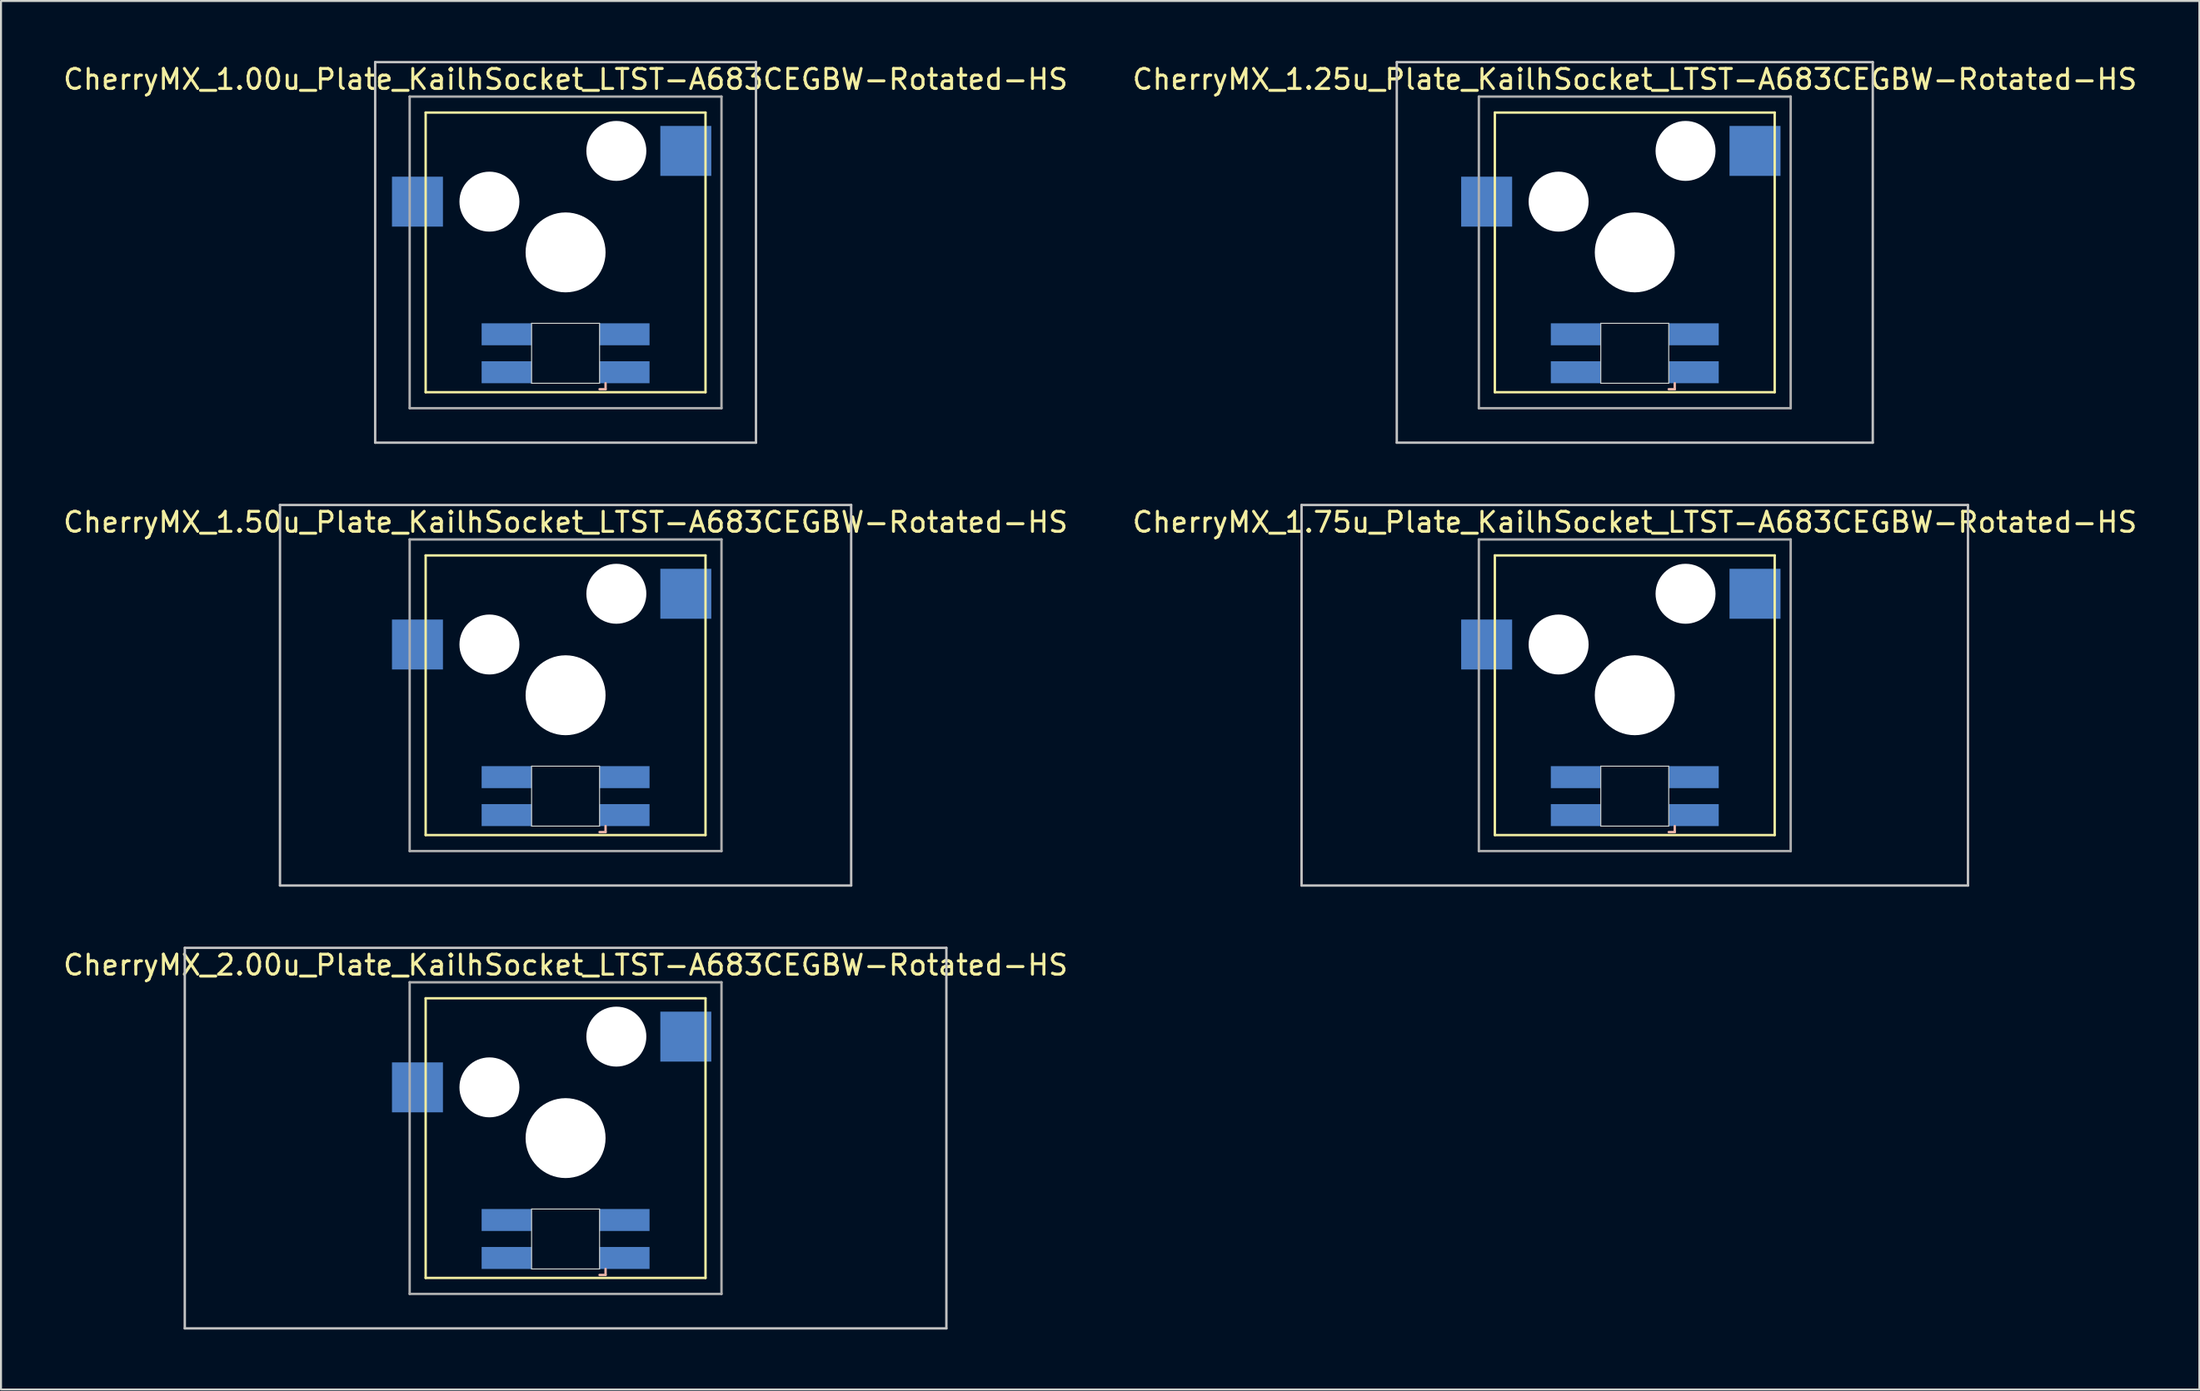
<source format=kicad_pcb>
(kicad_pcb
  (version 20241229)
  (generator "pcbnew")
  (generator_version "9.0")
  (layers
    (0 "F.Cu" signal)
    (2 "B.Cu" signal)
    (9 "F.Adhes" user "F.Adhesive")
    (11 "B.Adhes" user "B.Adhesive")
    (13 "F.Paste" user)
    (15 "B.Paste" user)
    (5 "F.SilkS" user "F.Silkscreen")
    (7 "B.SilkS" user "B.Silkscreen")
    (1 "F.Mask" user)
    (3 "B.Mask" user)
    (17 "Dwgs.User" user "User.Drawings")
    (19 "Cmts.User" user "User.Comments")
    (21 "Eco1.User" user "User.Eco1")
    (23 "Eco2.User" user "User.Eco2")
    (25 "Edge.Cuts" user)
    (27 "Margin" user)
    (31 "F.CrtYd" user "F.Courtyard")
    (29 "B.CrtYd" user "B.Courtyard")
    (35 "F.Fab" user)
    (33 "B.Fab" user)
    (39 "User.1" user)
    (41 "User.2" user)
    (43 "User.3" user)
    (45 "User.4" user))
  (footprint "CherryMX_1.75u_Plate_KailhSocket_LTST-A683CEGBW-Rotated-HS"
    (layer "F.Cu")
    (at 78.732 31.755)
    (property "Reference" "CherryMX_1.75u_Plate_KailhSocket_LTST-A683CEGBW-Rotated-HS" (at 0 -8.662 0) (layer "F.SilkS") (effects (font (size 1 1) (thickness 0.15))))
    (attr through_hole)
    (fp_line (start -7 -7) (end -7 7) (stroke (width 0.12) (type solid)) (layer "F.SilkS"))
    (fp_line (start -7 -7) (end 7 -7) (stroke (width 0.12) (type solid)) (layer "F.SilkS"))
    (fp_line (start 7 -7) (end 7 7) (stroke (width 0.12) (type solid)) (layer "F.SilkS"))
    (fp_line (start 7 7) (end -7 7) (stroke (width 0.12) (type solid)) (layer "F.SilkS"))
    (fp_line (start 1.7 6.85) (end 2 6.85) (stroke (width 0.12) (type solid)) (layer "B.SilkS"))
    (fp_line (start 2 6.85) (end 2 6.55) (stroke (width 0.12) (type solid)) (layer "B.SilkS"))
    (fp_line (start -16.669 -9.525) (end 16.669 -9.525) (stroke (width 0.12) (type solid)) (layer "Dwgs.User"))
    (fp_line (start -16.669 9.525) (end -16.669 -9.525) (stroke (width 0.12) (type solid)) (layer "Dwgs.User"))
    (fp_line (start 16.669 -9.525) (end 16.669 9.525) (stroke (width 0.12) (type solid)) (layer "Dwgs.User"))
    (fp_line (start 16.669 9.525) (end -16.669 9.525) (stroke (width 0.12) (type solid)) (layer "Dwgs.User"))
    (fp_line (start -1.7 3.55) (end 1.7 3.55) (stroke (width 0.05) (type solid)) (layer "Edge.Cuts"))
    (fp_line (start -1.7 6.55) (end -1.7 3.55) (stroke (width 0.05) (type solid)) (layer "Edge.Cuts"))
    (fp_line (start 1.7 3.55) (end 1.7 6.55) (stroke (width 0.05) (type solid)) (layer "Edge.Cuts"))
    (fp_line (start 1.7 6.55) (end -1.7 6.55) (stroke (width 0.05) (type solid)) (layer "Edge.Cuts"))
    (fp_line (start -7.8 -7.8) (end -7.8 7.8) (stroke (width 0.12) (type solid)) (layer "F.Fab"))
    (fp_line (start -7.8 -7.8) (end 7.8 -7.8) (stroke (width 0.12) (type solid)) (layer "F.Fab"))
    (fp_line (start -7.8 7.8) (end 7.8 7.8) (stroke (width 0.12) (type solid)) (layer "F.Fab"))
    (fp_line (start 7.8 -7.8) (end 7.8 7.8) (stroke (width 0.12) (type solid)) (layer "F.Fab"))
    (pad "" np_thru_hole circle (at -3.81 -2.54) (size 3 3) (drill 3) (layers "*.Cu" "*.Mask"))
    (pad "" np_thru_hole circle (at 0 0) (size 4 4) (drill 4) (layers "*.Cu" "*.Mask"))
    (pad "" np_thru_hole circle (at 2.54 -5.08) (size 3 3) (drill 3) (layers "*.Cu" "*.Mask"))
    (pad "1" smd rect (at -7.41 -2.54) (size 2.55 2.5) (layers "B.Cu" "B.Mask" "B.Paste"))
    (pad "2" smd rect (at 6.015 -5.08) (size 2.55 2.5) (layers "B.Cu" "B.Mask" "B.Paste"))
    (pad "3" smd rect (at 2.95 6) (size 2.5 1.1) (layers "B.Cu" "B.Mask" "B.Paste"))
    (pad "4" smd rect (at 2.95 4.1) (size 2.5 1.1) (layers "B.Cu" "B.Mask" "B.Paste"))
    (pad "5" smd rect (at -2.95 6) (size 2.5 1.1) (layers "B.Cu" "B.Mask" "B.Paste"))
    (pad "6" smd rect (at -2.95 4.1) (size 2.5 1.1) (layers "B.Cu" "B.Mask" "B.Paste")))
  (footprint "CherryMX_1.25u_Plate_KailhSocket_LTST-A683CEGBW-Rotated-HS"
    (layer "F.Cu")
    (at 78.732 9.585)
    (property "Reference" "CherryMX_1.25u_Plate_KailhSocket_LTST-A683CEGBW-Rotated-HS" (at 0 -8.662 0) (layer "F.SilkS") (effects (font (size 1 1) (thickness 0.15))))
    (attr through_hole)
    (fp_line (start -7 -7) (end -7 7) (stroke (width 0.12) (type solid)) (layer "F.SilkS"))
    (fp_line (start -7 -7) (end 7 -7) (stroke (width 0.12) (type solid)) (layer "F.SilkS"))
    (fp_line (start 7 -7) (end 7 7) (stroke (width 0.12) (type solid)) (layer "F.SilkS"))
    (fp_line (start 7 7) (end -7 7) (stroke (width 0.12) (type solid)) (layer "F.SilkS"))
    (fp_line (start 1.7 6.85) (end 2 6.85) (stroke (width 0.12) (type solid)) (layer "B.SilkS"))
    (fp_line (start 2 6.85) (end 2 6.55) (stroke (width 0.12) (type solid)) (layer "B.SilkS"))
    (fp_line (start -11.906 -9.525) (end 11.906 -9.525) (stroke (width 0.12) (type solid)) (layer "Dwgs.User"))
    (fp_line (start -11.906 9.525) (end -11.906 -9.525) (stroke (width 0.12) (type solid)) (layer "Dwgs.User"))
    (fp_line (start 11.906 -9.525) (end 11.906 9.525) (stroke (width 0.12) (type solid)) (layer "Dwgs.User"))
    (fp_line (start 11.906 9.525) (end -11.906 9.525) (stroke (width 0.12) (type solid)) (layer "Dwgs.User"))
    (fp_line (start -1.7 3.55) (end 1.7 3.55) (stroke (width 0.05) (type solid)) (layer "Edge.Cuts"))
    (fp_line (start -1.7 6.55) (end -1.7 3.55) (stroke (width 0.05) (type solid)) (layer "Edge.Cuts"))
    (fp_line (start 1.7 3.55) (end 1.7 6.55) (stroke (width 0.05) (type solid)) (layer "Edge.Cuts"))
    (fp_line (start 1.7 6.55) (end -1.7 6.55) (stroke (width 0.05) (type solid)) (layer "Edge.Cuts"))
    (fp_line (start -7.8 -7.8) (end -7.8 7.8) (stroke (width 0.12) (type solid)) (layer "F.Fab"))
    (fp_line (start -7.8 -7.8) (end 7.8 -7.8) (stroke (width 0.12) (type solid)) (layer "F.Fab"))
    (fp_line (start -7.8 7.8) (end 7.8 7.8) (stroke (width 0.12) (type solid)) (layer "F.Fab"))
    (fp_line (start 7.8 -7.8) (end 7.8 7.8) (stroke (width 0.12) (type solid)) (layer "F.Fab"))
    (pad "" np_thru_hole circle (at -3.81 -2.54) (size 3 3) (drill 3) (layers "*.Cu" "*.Mask"))
    (pad "" np_thru_hole circle (at 0 0) (size 4 4) (drill 4) (layers "*.Cu" "*.Mask"))
    (pad "" np_thru_hole circle (at 2.54 -5.08) (size 3 3) (drill 3) (layers "*.Cu" "*.Mask"))
    (pad "1" smd rect (at -7.41 -2.54) (size 2.55 2.5) (layers "B.Cu" "B.Mask" "B.Paste"))
    (pad "2" smd rect (at 6.015 -5.08) (size 2.55 2.5) (layers "B.Cu" "B.Mask" "B.Paste"))
    (pad "3" smd rect (at 2.95 6) (size 2.5 1.1) (layers "B.Cu" "B.Mask" "B.Paste"))
    (pad "4" smd rect (at 2.95 4.1) (size 2.5 1.1) (layers "B.Cu" "B.Mask" "B.Paste"))
    (pad "5" smd rect (at -2.95 6) (size 2.5 1.1) (layers "B.Cu" "B.Mask" "B.Paste"))
    (pad "6" smd rect (at -2.95 4.1) (size 2.5 1.1) (layers "B.Cu" "B.Mask" "B.Paste")))
  (footprint "CherryMX_2.00u_Plate_KailhSocket_LTST-A683CEGBW-Rotated-HS"
    (layer "F.Cu")
    (at 25.244 53.925)
    (property "Reference" "CherryMX_2.00u_Plate_KailhSocket_LTST-A683CEGBW-Rotated-HS" (at 0 -8.662 0) (layer "F.SilkS") (effects (font (size 1 1) (thickness 0.15))))
    (attr through_hole)
    (fp_line (start -7 -7) (end -7 7) (stroke (width 0.12) (type solid)) (layer "F.SilkS"))
    (fp_line (start -7 -7) (end 7 -7) (stroke (width 0.12) (type solid)) (layer "F.SilkS"))
    (fp_line (start 7 -7) (end 7 7) (stroke (width 0.12) (type solid)) (layer "F.SilkS"))
    (fp_line (start 7 7) (end -7 7) (stroke (width 0.12) (type solid)) (layer "F.SilkS"))
    (fp_line (start 1.7 6.85) (end 2 6.85) (stroke (width 0.12) (type solid)) (layer "B.SilkS"))
    (fp_line (start 2 6.85) (end 2 6.55) (stroke (width 0.12) (type solid)) (layer "B.SilkS"))
    (fp_line (start -19.05 -9.525) (end 19.05 -9.525) (stroke (width 0.12) (type solid)) (layer "Dwgs.User"))
    (fp_line (start -19.05 9.525) (end -19.05 -9.525) (stroke (width 0.12) (type solid)) (layer "Dwgs.User"))
    (fp_line (start 19.05 -9.525) (end 19.05 9.525) (stroke (width 0.12) (type solid)) (layer "Dwgs.User"))
    (fp_line (start 19.05 9.525) (end -19.05 9.525) (stroke (width 0.12) (type solid)) (layer "Dwgs.User"))
    (fp_line (start -1.7 3.55) (end 1.7 3.55) (stroke (width 0.05) (type solid)) (layer "Edge.Cuts"))
    (fp_line (start -1.7 6.55) (end -1.7 3.55) (stroke (width 0.05) (type solid)) (layer "Edge.Cuts"))
    (fp_line (start 1.7 3.55) (end 1.7 6.55) (stroke (width 0.05) (type solid)) (layer "Edge.Cuts"))
    (fp_line (start 1.7 6.55) (end -1.7 6.55) (stroke (width 0.05) (type solid)) (layer "Edge.Cuts"))
    (fp_line (start -7.8 -7.8) (end -7.8 7.8) (stroke (width 0.12) (type solid)) (layer "F.Fab"))
    (fp_line (start -7.8 -7.8) (end 7.8 -7.8) (stroke (width 0.12) (type solid)) (layer "F.Fab"))
    (fp_line (start -7.8 7.8) (end 7.8 7.8) (stroke (width 0.12) (type solid)) (layer "F.Fab"))
    (fp_line (start 7.8 -7.8) (end 7.8 7.8) (stroke (width 0.12) (type solid)) (layer "F.Fab"))
    (pad "" np_thru_hole circle (at -3.81 -2.54) (size 3 3) (drill 3) (layers "*.Cu" "*.Mask"))
    (pad "" np_thru_hole circle (at 0 0) (size 4 4) (drill 4) (layers "*.Cu" "*.Mask"))
    (pad "" np_thru_hole circle (at 2.54 -5.08) (size 3 3) (drill 3) (layers "*.Cu" "*.Mask"))
    (pad "1" smd rect (at -7.41 -2.54) (size 2.55 2.5) (layers "B.Cu" "B.Mask" "B.Paste"))
    (pad "2" smd rect (at 6.015 -5.08) (size 2.55 2.5) (layers "B.Cu" "B.Mask" "B.Paste"))
    (pad "3" smd rect (at 2.95 6) (size 2.5 1.1) (layers "B.Cu" "B.Mask" "B.Paste"))
    (pad "4" smd rect (at 2.95 4.1) (size 2.5 1.1) (layers "B.Cu" "B.Mask" "B.Paste"))
    (pad "5" smd rect (at -2.95 6) (size 2.5 1.1) (layers "B.Cu" "B.Mask" "B.Paste"))
    (pad "6" smd rect (at -2.95 4.1) (size 2.5 1.1) (layers "B.Cu" "B.Mask" "B.Paste")))
  (footprint "CherryMX_1.00u_Plate_KailhSocket_LTST-A683CEGBW-Rotated-HS"
    (layer "F.Cu")
    (at 25.244 9.585)
    (property "Reference" "CherryMX_1.00u_Plate_KailhSocket_LTST-A683CEGBW-Rotated-HS" (at 0 -8.662 0) (layer "F.SilkS") (effects (font (size 1 1) (thickness 0.15))))
    (attr through_hole)
    (fp_line (start -7 -7) (end -7 7) (stroke (width 0.12) (type solid)) (layer "F.SilkS"))
    (fp_line (start -7 -7) (end 7 -7) (stroke (width 0.12) (type solid)) (layer "F.SilkS"))
    (fp_line (start 7 -7) (end 7 7) (stroke (width 0.12) (type solid)) (layer "F.SilkS"))
    (fp_line (start 7 7) (end -7 7) (stroke (width 0.12) (type solid)) (layer "F.SilkS"))
    (fp_line (start 1.7 6.85) (end 2 6.85) (stroke (width 0.12) (type solid)) (layer "B.SilkS"))
    (fp_line (start 2 6.85) (end 2 6.55) (stroke (width 0.12) (type solid)) (layer "B.SilkS"))
    (fp_line (start -9.525 -9.525) (end 9.525 -9.525) (stroke (width 0.12) (type solid)) (layer "Dwgs.User"))
    (fp_line (start -9.525 9.525) (end -9.525 -9.525) (stroke (width 0.12) (type solid)) (layer "Dwgs.User"))
    (fp_line (start 9.525 -9.525) (end 9.525 9.525) (stroke (width 0.12) (type solid)) (layer "Dwgs.User"))
    (fp_line (start 9.525 9.525) (end -9.525 9.525) (stroke (width 0.12) (type solid)) (layer "Dwgs.User"))
    (fp_line (start -1.7 3.55) (end 1.7 3.55) (stroke (width 0.05) (type solid)) (layer "Edge.Cuts"))
    (fp_line (start -1.7 6.55) (end -1.7 3.55) (stroke (width 0.05) (type solid)) (layer "Edge.Cuts"))
    (fp_line (start 1.7 3.55) (end 1.7 6.55) (stroke (width 0.05) (type solid)) (layer "Edge.Cuts"))
    (fp_line (start 1.7 6.55) (end -1.7 6.55) (stroke (width 0.05) (type solid)) (layer "Edge.Cuts"))
    (fp_line (start -7.8 -7.8) (end -7.8 7.8) (stroke (width 0.12) (type solid)) (layer "F.Fab"))
    (fp_line (start -7.8 -7.8) (end 7.8 -7.8) (stroke (width 0.12) (type solid)) (layer "F.Fab"))
    (fp_line (start -7.8 7.8) (end 7.8 7.8) (stroke (width 0.12) (type solid)) (layer "F.Fab"))
    (fp_line (start 7.8 -7.8) (end 7.8 7.8) (stroke (width 0.12) (type solid)) (layer "F.Fab"))
    (pad "" np_thru_hole circle (at -3.81 -2.54) (size 3 3) (drill 3) (layers "*.Cu" "*.Mask"))
    (pad "" np_thru_hole circle (at 0 0) (size 4 4) (drill 4) (layers "*.Cu" "*.Mask"))
    (pad "" np_thru_hole circle (at 2.54 -5.08) (size 3 3) (drill 3) (layers "*.Cu" "*.Mask"))
    (pad "1" smd rect (at -7.41 -2.54) (size 2.55 2.5) (layers "B.Cu" "B.Mask" "B.Paste"))
    (pad "2" smd rect (at 6.015 -5.08) (size 2.55 2.5) (layers "B.Cu" "B.Mask" "B.Paste"))
    (pad "3" smd rect (at 2.95 6) (size 2.5 1.1) (layers "B.Cu" "B.Mask" "B.Paste"))
    (pad "4" smd rect (at 2.95 4.1) (size 2.5 1.1) (layers "B.Cu" "B.Mask" "B.Paste"))
    (pad "5" smd rect (at -2.95 6) (size 2.5 1.1) (layers "B.Cu" "B.Mask" "B.Paste"))
    (pad "6" smd rect (at -2.95 4.1) (size 2.5 1.1) (layers "B.Cu" "B.Mask" "B.Paste")))
  (footprint "CherryMX_1.50u_Plate_KailhSocket_LTST-A683CEGBW-Rotated-HS"
    (layer "F.Cu")
    (at 25.244 31.755)
    (property "Reference" "CherryMX_1.50u_Plate_KailhSocket_LTST-A683CEGBW-Rotated-HS" (at 0 -8.662 0) (layer "F.SilkS") (effects (font (size 1 1) (thickness 0.15))))
    (attr through_hole)
    (fp_line (start -7 -7) (end -7 7) (stroke (width 0.12) (type solid)) (layer "F.SilkS"))
    (fp_line (start -7 -7) (end 7 -7) (stroke (width 0.12) (type solid)) (layer "F.SilkS"))
    (fp_line (start 7 -7) (end 7 7) (stroke (width 0.12) (type solid)) (layer "F.SilkS"))
    (fp_line (start 7 7) (end -7 7) (stroke (width 0.12) (type solid)) (layer "F.SilkS"))
    (fp_line (start 1.7 6.85) (end 2 6.85) (stroke (width 0.12) (type solid)) (layer "B.SilkS"))
    (fp_line (start 2 6.85) (end 2 6.55) (stroke (width 0.12) (type solid)) (layer "B.SilkS"))
    (fp_line (start -14.287 -9.525) (end 14.287 -9.525) (stroke (width 0.12) (type solid)) (layer "Dwgs.User"))
    (fp_line (start -14.287 9.525) (end -14.287 -9.525) (stroke (width 0.12) (type solid)) (layer "Dwgs.User"))
    (fp_line (start 14.287 -9.525) (end 14.287 9.525) (stroke (width 0.12) (type solid)) (layer "Dwgs.User"))
    (fp_line (start 14.287 9.525) (end -14.287 9.525) (stroke (width 0.12) (type solid)) (layer "Dwgs.User"))
    (fp_line (start -1.7 3.55) (end 1.7 3.55) (stroke (width 0.05) (type solid)) (layer "Edge.Cuts"))
    (fp_line (start -1.7 6.55) (end -1.7 3.55) (stroke (width 0.05) (type solid)) (layer "Edge.Cuts"))
    (fp_line (start 1.7 3.55) (end 1.7 6.55) (stroke (width 0.05) (type solid)) (layer "Edge.Cuts"))
    (fp_line (start 1.7 6.55) (end -1.7 6.55) (stroke (width 0.05) (type solid)) (layer "Edge.Cuts"))
    (fp_line (start -7.8 -7.8) (end -7.8 7.8) (stroke (width 0.12) (type solid)) (layer "F.Fab"))
    (fp_line (start -7.8 -7.8) (end 7.8 -7.8) (stroke (width 0.12) (type solid)) (layer "F.Fab"))
    (fp_line (start -7.8 7.8) (end 7.8 7.8) (stroke (width 0.12) (type solid)) (layer "F.Fab"))
    (fp_line (start 7.8 -7.8) (end 7.8 7.8) (stroke (width 0.12) (type solid)) (layer "F.Fab"))
    (pad "" np_thru_hole circle (at -3.81 -2.54) (size 3 3) (drill 3) (layers "*.Cu" "*.Mask"))
    (pad "" np_thru_hole circle (at 0 0) (size 4 4) (drill 4) (layers "*.Cu" "*.Mask"))
    (pad "" np_thru_hole circle (at 2.54 -5.08) (size 3 3) (drill 3) (layers "*.Cu" "*.Mask"))
    (pad "1" smd rect (at -7.41 -2.54) (size 2.55 2.5) (layers "B.Cu" "B.Mask" "B.Paste"))
    (pad "2" smd rect (at 6.015 -5.08) (size 2.55 2.5) (layers "B.Cu" "B.Mask" "B.Paste"))
    (pad "3" smd rect (at 2.95 6) (size 2.5 1.1) (layers "B.Cu" "B.Mask" "B.Paste"))
    (pad "4" smd rect (at 2.95 4.1) (size 2.5 1.1) (layers "B.Cu" "B.Mask" "B.Paste"))
    (pad "5" smd rect (at -2.95 6) (size 2.5 1.1) (layers "B.Cu" "B.Mask" "B.Paste"))
    (pad "6" smd rect (at -2.95 4.1) (size 2.5 1.1) (layers "B.Cu" "B.Mask" "B.Paste")))
  (gr_rect
    (start -3 -3)
    (end 106.976 66.51)
    (stroke (width 0.1) (type default))
    (fill no)
    (layer "Edge.Cuts")))
</source>
